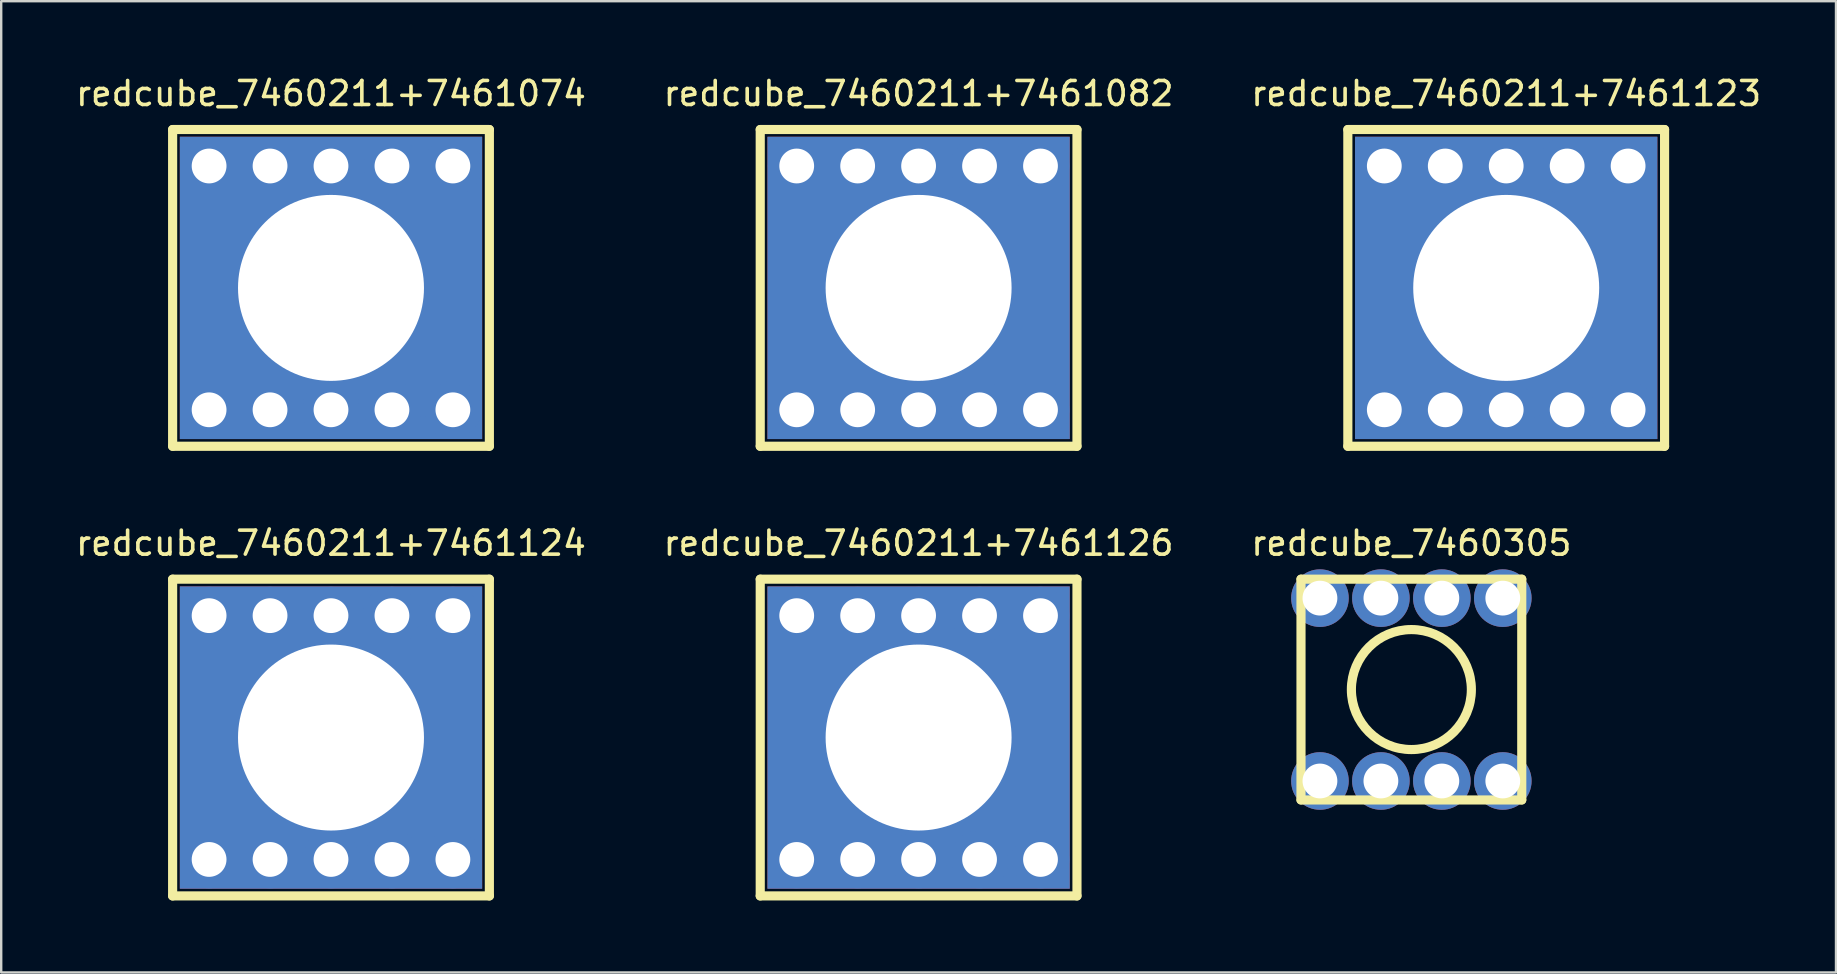
<source format=kicad_pcb>
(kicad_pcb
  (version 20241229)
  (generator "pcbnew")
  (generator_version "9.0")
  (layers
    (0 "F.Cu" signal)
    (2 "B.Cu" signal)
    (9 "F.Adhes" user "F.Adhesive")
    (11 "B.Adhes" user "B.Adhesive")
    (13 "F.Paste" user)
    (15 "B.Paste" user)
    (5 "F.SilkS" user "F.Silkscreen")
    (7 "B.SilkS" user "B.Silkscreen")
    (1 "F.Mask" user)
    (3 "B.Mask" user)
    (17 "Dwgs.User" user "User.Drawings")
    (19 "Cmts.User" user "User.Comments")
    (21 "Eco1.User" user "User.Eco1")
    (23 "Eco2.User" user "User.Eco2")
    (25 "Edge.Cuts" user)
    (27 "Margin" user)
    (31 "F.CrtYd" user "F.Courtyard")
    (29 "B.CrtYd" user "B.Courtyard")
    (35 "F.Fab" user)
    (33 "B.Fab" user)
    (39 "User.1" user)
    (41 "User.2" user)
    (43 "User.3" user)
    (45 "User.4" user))
  (footprint "redcube_7460305"
    (layer "F.Cu")
    (at 55.768 25.687)
    (property "Reference" "redcube_7460305" (at 0 -6.1 0) (layer "F.SilkS") (effects (font (size 1 1) (thickness 0.15))))
    (attr through_hole)
    (fp_line (start -4.6 -4.6) (end 4.6 -4.6) (stroke (width 0.381) (type solid)) (layer "F.SilkS"))
    (fp_line (start -4.6 4.6) (end -4.6 -4.6) (stroke (width 0.381) (type solid)) (layer "F.SilkS"))
    (fp_line (start 4.6 -4.6) (end 4.6 4.6) (stroke (width 0.381) (type solid)) (layer "F.SilkS"))
    (fp_line (start 4.6 4.6) (end -4.6 4.6) (stroke (width 0.381) (type solid)) (layer "F.SilkS"))
    (fp_circle (center 0 0) (end 2.5 0) (stroke (width 0.381) (type solid)) (fill no) (layer "F.SilkS"))
    (pad "1" thru_hole circle (at -3.81 -3.81) (size 2.4 2.4) (drill 1.45) (layers "*.Cu" "*.Mask"))
    (pad "1" thru_hole circle (at -3.81 3.81) (size 2.4 2.4) (drill 1.45) (layers "*.Cu" "*.Mask"))
    (pad "1" thru_hole circle (at -1.27 -3.81) (size 2.4 2.4) (drill 1.45) (layers "*.Cu" "*.Mask"))
    (pad "1" thru_hole circle (at -1.27 3.81) (size 2.4 2.4) (drill 1.45) (layers "*.Cu" "*.Mask"))
    (pad "1" thru_hole circle (at 1.27 -3.81) (size 2.4 2.4) (drill 1.45) (layers "*.Cu" "*.Mask"))
    (pad "1" thru_hole circle (at 1.27 3.81) (size 2.4 2.4) (drill 1.45) (layers "*.Cu" "*.Mask"))
    (pad "1" thru_hole circle (at 3.81 -3.81) (size 2.4 2.4) (drill 1.45) (layers "*.Cu" "*.Mask"))
    (pad "1" thru_hole circle (at 3.81 3.81) (size 2.4 2.4) (drill 1.45) (layers "*.Cu" "*.Mask")))
  (footprint "redcube_7460211+7461074"
    (layer "F.Cu")
    (at 10.744 8.948)
    (property "Reference" "redcube_7460211+7461074" (at 0 -8.1 0) (layer "F.SilkS") (effects (font (size 1 1) (thickness 0.15))))
    (attr through_hole)
    (fp_line (start -6.6 -6.6) (end 6.6 -6.6) (stroke (width 0.381) (type solid)) (layer "F.SilkS"))
    (fp_line (start -6.6 6.6) (end -6.6 -6.6) (stroke (width 0.381) (type solid)) (layer "F.SilkS"))
    (fp_line (start 6.6 -6.6) (end 6.6 6.6) (stroke (width 0.381) (type solid)) (layer "F.SilkS"))
    (fp_line (start 6.6 6.6) (end -6.6 6.6) (stroke (width 0.381) (type solid)) (layer "F.SilkS"))
    (fp_circle (center 0 0) (end 3.6 0) (stroke (width 0.381) (type solid)) (fill no) (layer "F.SilkS"))
    (pad "1" thru_hole circle (at -5.08 -5.08) (size 2.4 2.4) (drill 1.45) (layers "*.Cu" "*.Mask"))
    (pad "1" thru_hole circle (at -5.08 5.08) (size 2.4 2.4) (drill 1.45) (layers "*.Cu" "*.Mask"))
    (pad "1" thru_hole circle (at -2.54 -5.08) (size 2.4 2.4) (drill 1.45) (layers "*.Cu" "*.Mask"))
    (pad "1" thru_hole circle (at -2.54 5.08) (size 2.4 2.4) (drill 1.45) (layers "*.Cu" "*.Mask"))
    (pad "1" thru_hole circle (at 0 -5.08) (size 2.4 2.4) (drill 1.45) (layers "*.Cu" "*.Mask"))
    (pad "1" thru_hole rect (at 0 0) (size 12.6 12.6) (drill 7.75) (layers "*.Cu" "*.Mask"))
    (pad "1" thru_hole circle (at 0 5.08) (size 2.4 2.4) (drill 1.45) (layers "*.Cu" "*.Mask"))
    (pad "1" thru_hole circle (at 2.54 -5.08) (size 2.4 2.4) (drill 1.45) (layers "*.Cu" "*.Mask"))
    (pad "1" thru_hole circle (at 2.54 5.08) (size 2.4 2.4) (drill 1.45) (layers "*.Cu" "*.Mask"))
    (pad "1" thru_hole circle (at 5.08 -5.08) (size 2.4 2.4) (drill 1.45) (layers "*.Cu" "*.Mask"))
    (pad "1" thru_hole circle (at 5.08 5.08) (size 2.4 2.4) (drill 1.45) (layers "*.Cu" "*.Mask")))
  (footprint "redcube_7460211+7461126"
    (layer "F.Cu")
    (at 35.232 27.687)
    (property "Reference" "redcube_7460211+7461126" (at 0 -8.1 0) (layer "F.SilkS") (effects (font (size 1 1) (thickness 0.15))))
    (attr through_hole)
    (fp_line (start -6.6 -6.6) (end 6.6 -6.6) (stroke (width 0.381) (type solid)) (layer "F.SilkS"))
    (fp_line (start -6.6 6.6) (end -6.6 -6.6) (stroke (width 0.381) (type solid)) (layer "F.SilkS"))
    (fp_line (start 6.6 -6.6) (end 6.6 6.6) (stroke (width 0.381) (type solid)) (layer "F.SilkS"))
    (fp_line (start 6.6 6.6) (end -6.6 6.6) (stroke (width 0.381) (type solid)) (layer "F.SilkS"))
    (fp_circle (center 0 0) (end 3.6 0) (stroke (width 0.381) (type solid)) (fill no) (layer "F.SilkS"))
    (pad "1" thru_hole circle (at -5.08 -5.08) (size 2.4 2.4) (drill 1.45) (layers "*.Cu" "*.Mask"))
    (pad "1" thru_hole circle (at -5.08 5.08) (size 2.4 2.4) (drill 1.45) (layers "*.Cu" "*.Mask"))
    (pad "1" thru_hole circle (at -2.54 -5.08) (size 2.4 2.4) (drill 1.45) (layers "*.Cu" "*.Mask"))
    (pad "1" thru_hole circle (at -2.54 5.08) (size 2.4 2.4) (drill 1.45) (layers "*.Cu" "*.Mask"))
    (pad "1" thru_hole circle (at 0 -5.08) (size 2.4 2.4) (drill 1.45) (layers "*.Cu" "*.Mask"))
    (pad "1" thru_hole rect (at 0 0) (size 12.6 12.6) (drill 7.75) (layers "*.Cu" "*.Mask"))
    (pad "1" thru_hole circle (at 0 5.08) (size 2.4 2.4) (drill 1.45) (layers "*.Cu" "*.Mask"))
    (pad "1" thru_hole circle (at 2.54 -5.08) (size 2.4 2.4) (drill 1.45) (layers "*.Cu" "*.Mask"))
    (pad "1" thru_hole circle (at 2.54 5.08) (size 2.4 2.4) (drill 1.45) (layers "*.Cu" "*.Mask"))
    (pad "1" thru_hole circle (at 5.08 -5.08) (size 2.4 2.4) (drill 1.45) (layers "*.Cu" "*.Mask"))
    (pad "1" thru_hole circle (at 5.08 5.08) (size 2.4 2.4) (drill 1.45) (layers "*.Cu" "*.Mask")))
  (footprint "redcube_7460211+7461123"
    (layer "F.Cu")
    (at 59.72 8.948)
    (property "Reference" "redcube_7460211+7461123" (at 0 -8.1 0) (layer "F.SilkS") (effects (font (size 1 1) (thickness 0.15))))
    (attr through_hole)
    (fp_line (start -6.6 -6.6) (end 6.6 -6.6) (stroke (width 0.381) (type solid)) (layer "F.SilkS"))
    (fp_line (start -6.6 6.6) (end -6.6 -6.6) (stroke (width 0.381) (type solid)) (layer "F.SilkS"))
    (fp_line (start 6.6 -6.6) (end 6.6 6.6) (stroke (width 0.381) (type solid)) (layer "F.SilkS"))
    (fp_line (start 6.6 6.6) (end -6.6 6.6) (stroke (width 0.381) (type solid)) (layer "F.SilkS"))
    (fp_circle (center 0 0) (end 2.5 0) (stroke (width 0.381) (type solid)) (fill no) (layer "F.SilkS"))
    (pad "1" thru_hole circle (at -5.08 -5.08) (size 2.4 2.4) (drill 1.45) (layers "*.Cu" "*.Mask"))
    (pad "1" thru_hole circle (at -5.08 5.08) (size 2.4 2.4) (drill 1.45) (layers "*.Cu" "*.Mask"))
    (pad "1" thru_hole circle (at -2.54 -5.08) (size 2.4 2.4) (drill 1.45) (layers "*.Cu" "*.Mask"))
    (pad "1" thru_hole circle (at -2.54 5.08) (size 2.4 2.4) (drill 1.45) (layers "*.Cu" "*.Mask"))
    (pad "1" thru_hole circle (at 0 -5.08) (size 2.4 2.4) (drill 1.45) (layers "*.Cu" "*.Mask"))
    (pad "1" thru_hole rect (at 0 0) (size 12.6 12.6) (drill 7.75) (layers "*.Cu" "*.Mask"))
    (pad "1" thru_hole circle (at 0 5.08) (size 2.4 2.4) (drill 1.45) (layers "*.Cu" "*.Mask"))
    (pad "1" thru_hole circle (at 2.54 -5.08) (size 2.4 2.4) (drill 1.45) (layers "*.Cu" "*.Mask"))
    (pad "1" thru_hole circle (at 2.54 5.08) (size 2.4 2.4) (drill 1.45) (layers "*.Cu" "*.Mask"))
    (pad "1" thru_hole circle (at 5.08 -5.08) (size 2.4 2.4) (drill 1.45) (layers "*.Cu" "*.Mask"))
    (pad "1" thru_hole circle (at 5.08 5.08) (size 2.4 2.4) (drill 1.45) (layers "*.Cu" "*.Mask")))
  (footprint "redcube_7460211+7461082"
    (layer "F.Cu")
    (at 35.232 8.948)
    (property "Reference" "redcube_7460211+7461082" (at 0 -8.1 0) (layer "F.SilkS") (effects (font (size 1 1) (thickness 0.15))))
    (attr through_hole)
    (fp_line (start -6.6 -6.6) (end 6.6 -6.6) (stroke (width 0.381) (type solid)) (layer "F.SilkS"))
    (fp_line (start -6.6 6.6) (end -6.6 -6.6) (stroke (width 0.381) (type solid)) (layer "F.SilkS"))
    (fp_line (start 6.6 -6.6) (end 6.6 6.6) (stroke (width 0.381) (type solid)) (layer "F.SilkS"))
    (fp_line (start 6.6 6.6) (end -6.6 6.6) (stroke (width 0.381) (type solid)) (layer "F.SilkS"))
    (fp_circle (center 0 0) (end 2.6 0) (stroke (width 0.381) (type solid)) (fill no) (layer "F.SilkS"))
    (pad "1" thru_hole circle (at -5.08 -5.08) (size 2.4 2.4) (drill 1.45) (layers "*.Cu" "*.Mask"))
    (pad "1" thru_hole circle (at -5.08 5.08) (size 2.4 2.4) (drill 1.45) (layers "*.Cu" "*.Mask"))
    (pad "1" thru_hole circle (at -2.54 -5.08) (size 2.4 2.4) (drill 1.45) (layers "*.Cu" "*.Mask"))
    (pad "1" thru_hole circle (at -2.54 5.08) (size 2.4 2.4) (drill 1.45) (layers "*.Cu" "*.Mask"))
    (pad "1" thru_hole circle (at 0 -5.08) (size 2.4 2.4) (drill 1.45) (layers "*.Cu" "*.Mask"))
    (pad "1" thru_hole rect (at 0 0) (size 12.6 12.6) (drill 7.75) (layers "*.Cu" "*.Mask"))
    (pad "1" thru_hole circle (at 0 5.08) (size 2.4 2.4) (drill 1.45) (layers "*.Cu" "*.Mask"))
    (pad "1" thru_hole circle (at 2.54 -5.08) (size 2.4 2.4) (drill 1.45) (layers "*.Cu" "*.Mask"))
    (pad "1" thru_hole circle (at 2.54 5.08) (size 2.4 2.4) (drill 1.45) (layers "*.Cu" "*.Mask"))
    (pad "1" thru_hole circle (at 5.08 -5.08) (size 2.4 2.4) (drill 1.45) (layers "*.Cu" "*.Mask"))
    (pad "1" thru_hole circle (at 5.08 5.08) (size 2.4 2.4) (drill 1.45) (layers "*.Cu" "*.Mask")))
  (footprint "redcube_7460211+7461124"
    (layer "F.Cu")
    (at 10.744 27.687)
    (property "Reference" "redcube_7460211+7461124" (at 0 -8.1 0) (layer "F.SilkS") (effects (font (size 1 1) (thickness 0.15))))
    (attr through_hole)
    (fp_line (start -6.6 -6.6) (end 6.6 -6.6) (stroke (width 0.381) (type solid)) (layer "F.SilkS"))
    (fp_line (start -6.6 6.6) (end -6.6 -6.6) (stroke (width 0.381) (type solid)) (layer "F.SilkS"))
    (fp_line (start 6.6 -6.6) (end 6.6 6.6) (stroke (width 0.381) (type solid)) (layer "F.SilkS"))
    (fp_line (start 6.6 6.6) (end -6.6 6.6) (stroke (width 0.381) (type solid)) (layer "F.SilkS"))
    (fp_circle (center 0 0) (end 3.6 0) (stroke (width 0.381) (type solid)) (fill no) (layer "F.SilkS"))
    (pad "1" thru_hole circle (at -5.08 -5.08) (size 2.4 2.4) (drill 1.45) (layers "*.Cu" "*.Mask"))
    (pad "1" thru_hole circle (at -5.08 5.08) (size 2.4 2.4) (drill 1.45) (layers "*.Cu" "*.Mask"))
    (pad "1" thru_hole circle (at -2.54 -5.08) (size 2.4 2.4) (drill 1.45) (layers "*.Cu" "*.Mask"))
    (pad "1" thru_hole circle (at -2.54 5.08) (size 2.4 2.4) (drill 1.45) (layers "*.Cu" "*.Mask"))
    (pad "1" thru_hole circle (at 0 -5.08) (size 2.4 2.4) (drill 1.45) (layers "*.Cu" "*.Mask"))
    (pad "1" thru_hole rect (at 0 0) (size 12.6 12.6) (drill 7.75) (layers "*.Cu" "*.Mask"))
    (pad "1" thru_hole circle (at 0 5.08) (size 2.4 2.4) (drill 1.45) (layers "*.Cu" "*.Mask"))
    (pad "1" thru_hole circle (at 2.54 -5.08) (size 2.4 2.4) (drill 1.45) (layers "*.Cu" "*.Mask"))
    (pad "1" thru_hole circle (at 2.54 5.08) (size 2.4 2.4) (drill 1.45) (layers "*.Cu" "*.Mask"))
    (pad "1" thru_hole circle (at 5.08 -5.08) (size 2.4 2.4) (drill 1.45) (layers "*.Cu" "*.Mask"))
    (pad "1" thru_hole circle (at 5.08 5.08) (size 2.4 2.4) (drill 1.45) (layers "*.Cu" "*.Mask")))
  (gr_rect
    (start -3 -3)
    (end 73.464 37.477)
    (stroke (width 0.1) (type default))
    (fill no)
    (layer "Edge.Cuts")))
</source>
